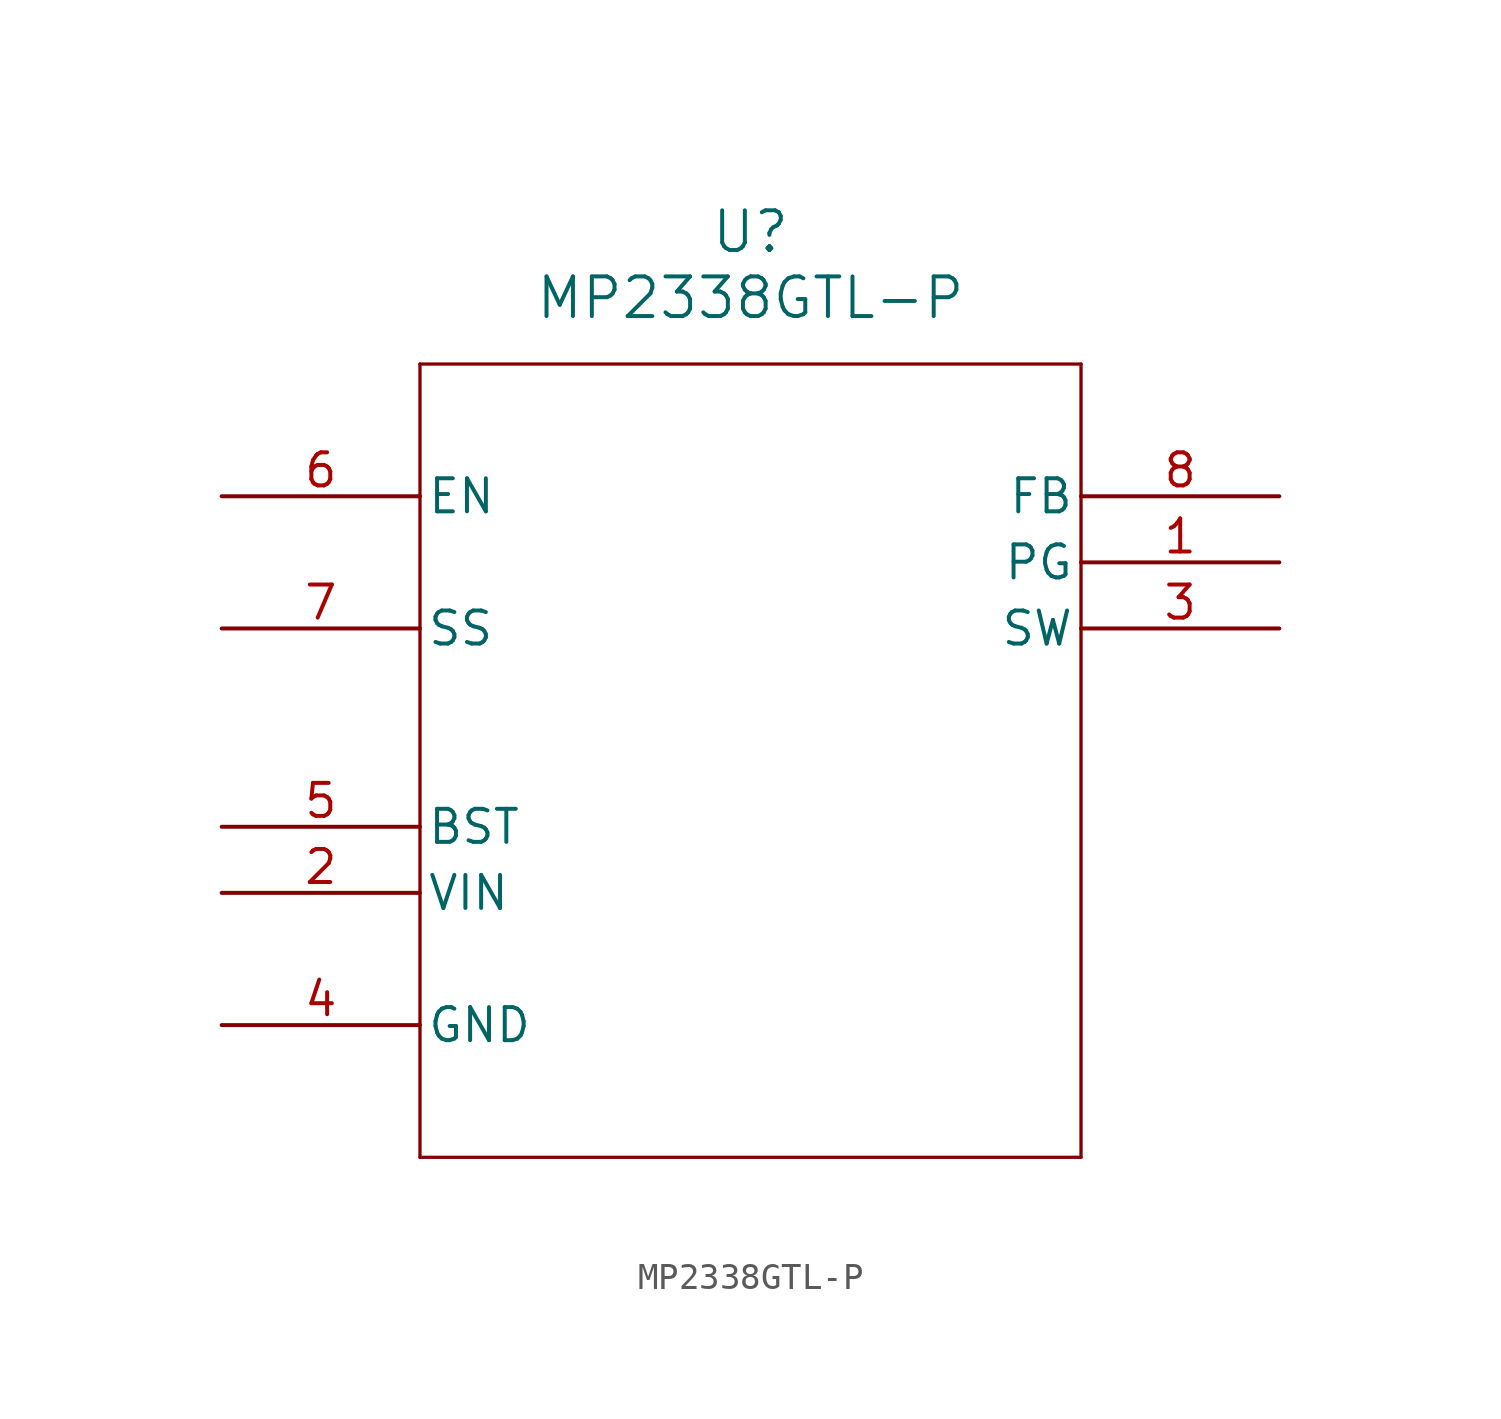
<source format=kicad_sym>
(kicad_symbol_lib
  (version 20211014)
  (generator kicad_symbol_editor)
  (symbol "MP2338GTL-P"
    (pin_names
      (offset 0.254))
    (property "Reference" "U"
      (at 20.32 10.16 0)
      (effects (font (size 1.524 1.524))))
    (property "Value" "MP2338GTL-P"
      (at 20.32 7.62 0)
      (effects (font (size 1.524 1.524))))
    (symbol "MP2338GTL-P_0_1"
      (polyline (pts (xy 7.62 5.08) (xy 7.62 -25.4)) (stroke (width 0.127) (type default) (color 0 0 0 0)) (fill (type none)))
      (polyline (pts (xy 7.62 -25.4) (xy 33.02 -25.4)) (stroke (width 0.127) (type default) (color 0 0 0 0)) (fill (type none)))
      (polyline (pts (xy 33.02 -25.4) (xy 33.02 5.08)) (stroke (width 0.127) (type default) (color 0 0 0 0)) (fill (type none)))
      (polyline (pts (xy 33.02 5.08) (xy 7.62 5.08)) (stroke (width 0.127) (type default) (color 0 0 0 0)) (fill (type none)))
      (pin output line (at 40.64 -2.54 180) (length 7.62) (name "PG" (effects (font (size 1.27 1.27)))) (number "1" (effects (font (size 1.27 1.27)))))
      (pin power_in line (at 0 -15.24 0) (length 7.62) (name "VIN" (effects (font (size 1.27 1.27)))) (number "2" (effects (font (size 1.27 1.27)))))
      (pin output line (at 40.64 -5.08 180) (length 7.62) (name "SW" (effects (font (size 1.27 1.27)))) (number "3" (effects (font (size 1.27 1.27)))))
      (pin power_in line (at 0 -20.32 0) (length 7.62) (name "GND" (effects (font (size 1.27 1.27)))) (number "4" (effects (font (size 1.27 1.27)))))
      (pin power_in line (at 0 -12.7 0) (length 7.62) (name "BST" (effects (font (size 1.27 1.27)))) (number "5" (effects (font (size 1.27 1.27)))))
      (pin input line (at 0 0 0) (length 7.62) (name "EN" (effects (font (size 1.27 1.27)))) (number "6" (effects (font (size 1.27 1.27)))))
      (pin unspecified line (at 0 -5.08 0) (length 7.62) (name "SS" (effects (font (size 1.27 1.27)))) (number "7" (effects (font (size 1.27 1.27)))))
      (pin output line (at 40.64 0 180) (length 7.62) (name "FB" (effects (font (size 1.27 1.27)))) (number "8" (effects (font (size 1.27 1.27))))))))
</source>
